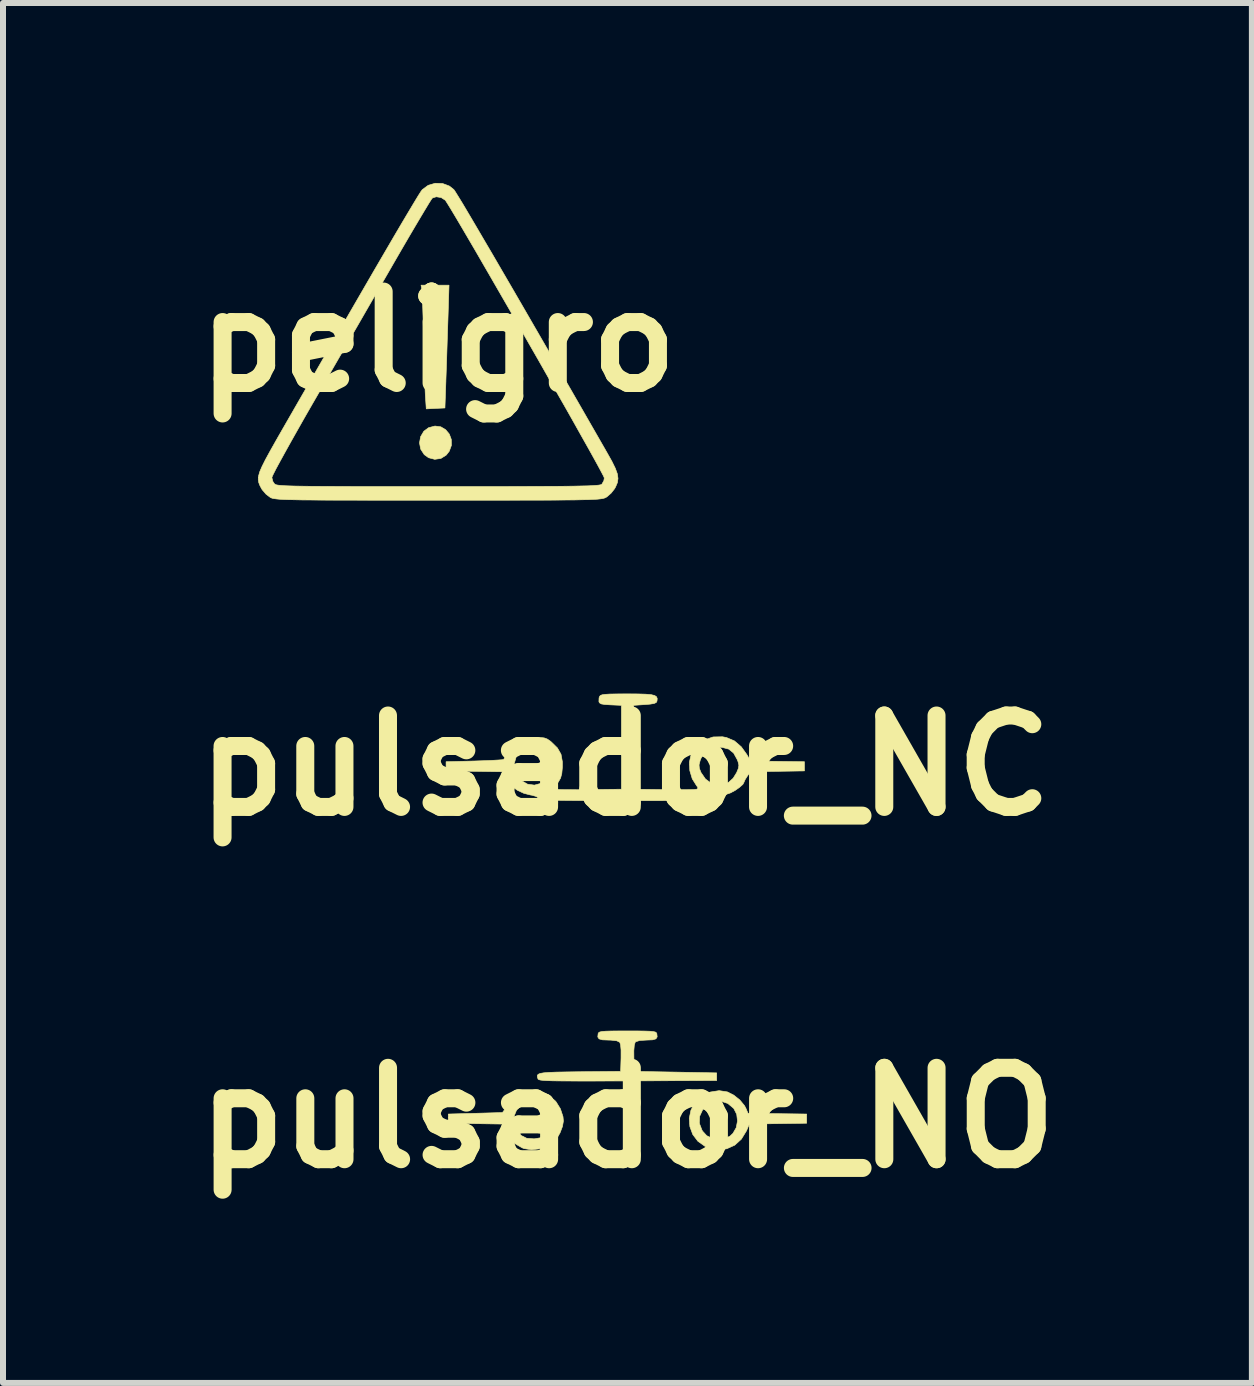
<source format=kicad_pcb>
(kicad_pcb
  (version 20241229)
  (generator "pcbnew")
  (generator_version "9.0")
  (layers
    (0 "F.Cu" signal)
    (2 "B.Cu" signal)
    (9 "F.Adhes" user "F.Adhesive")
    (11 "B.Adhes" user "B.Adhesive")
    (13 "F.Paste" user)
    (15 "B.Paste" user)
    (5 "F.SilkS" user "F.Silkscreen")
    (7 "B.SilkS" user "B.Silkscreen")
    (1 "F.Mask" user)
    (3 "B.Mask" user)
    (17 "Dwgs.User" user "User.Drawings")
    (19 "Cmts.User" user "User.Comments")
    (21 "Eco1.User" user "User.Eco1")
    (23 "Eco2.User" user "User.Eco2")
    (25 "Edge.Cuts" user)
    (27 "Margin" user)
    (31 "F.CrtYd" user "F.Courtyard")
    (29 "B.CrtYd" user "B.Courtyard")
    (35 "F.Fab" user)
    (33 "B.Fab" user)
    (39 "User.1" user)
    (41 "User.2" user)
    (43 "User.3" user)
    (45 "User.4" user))
  (footprint "peligro"
    (layer "F.Cu")
    (at 4.253 2.645)
    (property "Reference" "peligro" (at 0 0 0) (layer "F.SilkS") (effects (font (size 1.524 1.524) (thickness 0.3))))
    (attr through_hole)
    (fp_poly (pts (xy 0.045 1.42) (xy 0.126 1.468) (xy 0.187 1.541) (xy 0.22 1.63) (xy 0.222 1.729) (xy 0.186 1.827) (xy 0.136 1.891) (xy 0.047 1.947) (xy -0.056 1.962) (xy -0.159 1.935) (xy -0.231 1.883) (xy -0.29 1.792) (xy -0.31 1.688) (xy -0.291 1.584) (xy -0.238 1.494) (xy -0.159 1.435) (xy -0.052 1.407) (xy 0.045 1.42)) (stroke (width 0.01) (type solid)) (fill yes) (layer "F.SilkS"))
    (fp_poly (pts (xy 0.164 -0.362) (xy 0.157 -0.159) (xy 0.15 0.061) (xy 0.143 0.281) (xy 0.136 0.484) (xy 0.13 0.654) (xy 0.13 0.661) (xy 0.114 1.106) (xy -0.041 1.113) (xy -0.197 1.121) (xy -0.213 0.885) (xy -0.217 0.796) (xy -0.222 0.665) (xy -0.228 0.503) (xy -0.233 0.318) (xy -0.238 0.12) (xy -0.243 -0.076) (xy -0.247 -0.267) (xy -0.252 -0.443) (xy -0.257 -0.599) (xy -0.261 -0.726) (xy -0.266 -0.818) (xy -0.27 -0.868) (xy -0.271 -0.871) (xy -0.284 -0.941) (xy 0.182 -0.941) (xy 0.164 -0.362)) (stroke (width 0.01) (type solid)) (fill yes) (layer "F.SilkS"))
    (fp_poly (pts (xy 0.075 -2.636) (xy 0.189 -2.593) (xy 0.263 -2.534) (xy 0.286 -2.5) (xy 0.334 -2.423) (xy 0.406 -2.306) (xy 0.499 -2.149) (xy 0.613 -1.956) (xy 0.747 -1.727) (xy 0.901 -1.465) (xy 1.072 -1.171) (xy 1.26 -0.848) (xy 1.464 -0.496) (xy 1.683 -0.117) (xy 1.916 0.286) (xy 2.162 0.712) (xy 2.419 1.159) (xy 2.687 1.626) (xy 2.811 1.842) (xy 2.896 1.993) (xy 2.954 2.111) (xy 2.988 2.204) (xy 2.999 2.281) (xy 2.989 2.35) (xy 2.96 2.419) (xy 2.943 2.451) (xy 2.885 2.525) (xy 2.814 2.587) (xy 2.797 2.597) (xy 2.781 2.605) (xy 2.762 2.611) (xy 2.736 2.617) (xy 2.7 2.622) (xy 2.652 2.627) (xy 2.588 2.63) (xy 2.505 2.634) (xy 2.402 2.636) (xy 2.274 2.639) (xy 2.119 2.64) (xy 1.934 2.642) (xy 1.715 2.643) (xy 1.461 2.643) (xy 1.168 2.644) (xy 0.832 2.644) (xy 0.452 2.644) (xy 0.025 2.644) (xy 0 2.644) (xy -0.43 2.644) (xy -0.813 2.644) (xy -1.151 2.644) (xy -1.446 2.643) (xy -1.702 2.643) (xy -1.923 2.642) (xy -2.11 2.64) (xy -2.266 2.639) (xy -2.396 2.636) (xy -2.5 2.634) (xy -2.584 2.631) (xy -2.648 2.627) (xy -2.698 2.622) (xy -2.734 2.617) (xy -2.761 2.612) (xy -2.78 2.605) (xy -2.796 2.598) (xy -2.797 2.597) (xy -2.867 2.544) (xy -2.931 2.47) (xy -2.943 2.451) (xy -2.971 2.398) (xy -2.99 2.348) (xy -2.998 2.297) (xy -2.996 2.266) (xy -2.771 2.266) (xy -2.755 2.33) (xy -2.729 2.369) (xy -2.721 2.376) (xy -2.708 2.383) (xy -2.688 2.389) (xy -2.657 2.394) (xy -2.613 2.398) (xy -2.554 2.402) (xy -2.475 2.405) (xy -2.374 2.408) (xy -2.249 2.41) (xy -2.096 2.412) (xy -1.912 2.413) (xy -1.695 2.414) (xy -1.442 2.415) (xy -1.149 2.415) (xy -0.814 2.415) (xy -0.434 2.415) (xy -0.007 2.415) (xy 0.002 2.415) (xy 0.434 2.415) (xy 0.817 2.415) (xy 1.155 2.415) (xy 1.451 2.414) (xy 1.708 2.413) (xy 1.927 2.412) (xy 2.113 2.411) (xy 2.268 2.409) (xy 2.395 2.406) (xy 2.496 2.404) (xy 2.575 2.4) (xy 2.635 2.396) (xy 2.677 2.392) (xy 2.706 2.387) (xy 2.723 2.381) (xy 2.731 2.375) (xy 2.763 2.319) (xy 2.771 2.273) (xy 2.759 2.244) (xy 2.723 2.175) (xy 2.666 2.069) (xy 2.589 1.929) (xy 2.495 1.76) (xy 2.385 1.565) (xy 2.263 1.347) (xy 2.129 1.11) (xy 1.985 0.858) (xy 1.835 0.594) (xy 1.68 0.321) (xy 1.521 0.044) (xy 1.362 -0.234) (xy 1.204 -0.509) (xy 1.048 -0.779) (xy 0.898 -1.039) (xy 0.755 -1.286) (xy 0.622 -1.516) (xy 0.499 -1.726) (xy 0.39 -1.912) (xy 0.296 -2.071) (xy 0.22 -2.198) (xy 0.163 -2.291) (xy 0.128 -2.346) (xy 0.119 -2.358) (xy 0.051 -2.402) (xy -0.03 -2.415) (xy -0.094 -2.395) (xy -0.113 -2.37) (xy -0.154 -2.305) (xy -0.215 -2.204) (xy -0.294 -2.072) (xy -0.389 -1.912) (xy -0.496 -1.73) (xy -0.613 -1.529) (xy -0.738 -1.313) (xy -0.777 -1.245) (xy -0.933 -0.975) (xy -1.108 -0.673) (xy -1.294 -0.35) (xy -1.486 -0.017) (xy -1.677 0.313) (xy -1.86 0.63) (xy -2.028 0.922) (xy -2.101 1.048) (xy -2.229 1.271) (xy -2.349 1.483) (xy -2.459 1.678) (xy -2.556 1.853) (xy -2.638 2.002) (xy -2.703 2.122) (xy -2.747 2.209) (xy -2.769 2.258) (xy -2.771 2.266) (xy -2.996 2.266) (xy -2.993 2.24) (xy -2.973 2.169) (xy -2.935 2.081) (xy -2.879 1.969) (xy -2.802 1.828) (xy -2.703 1.652) (xy -2.622 1.51) (xy -2.301 0.952) (xy -2.004 0.437) (xy -1.733 -0.034) (xy -1.485 -0.463) (xy -1.261 -0.85) (xy -1.061 -1.195) (xy -0.883 -1.5) (xy -0.729 -1.764) (xy -0.597 -1.988) (xy -0.487 -2.173) (xy -0.399 -2.32) (xy -0.333 -2.429) (xy -0.288 -2.5) (xy -0.263 -2.534) (xy -0.263 -2.534) (xy -0.165 -2.606) (xy -0.048 -2.64) (xy 0.075 -2.636)) (stroke (width 0.01) (type solid)) (fill yes) (layer "F.SilkS")))
  (footprint "pulsador_NO"
    (layer "F.Cu")
    (at 7.41 15.585)
    (property "Reference" "pulsador_NO" (at 0 0 0) (layer "F.SilkS") (effects (font (size 1.524 1.524) (thickness 0.3))))
    (attr through_hole)
    (fp_poly (pts (xy 1.665 -0.433) (xy 1.772 -0.379) (xy 1.873 -0.298) (xy 1.95 -0.205) (xy 1.974 -0.16) (xy 2.009 -0.077) (xy 2.498 -0.07) (xy 2.987 -0.064) (xy 2.987 0.089) (xy 2.51 0.096) (xy 2.032 0.103) (xy 1.983 0.217) (xy 1.899 0.354) (xy 1.788 0.455) (xy 1.655 0.515) (xy 1.51 0.533) (xy 1.361 0.504) (xy 1.296 0.477) (xy 1.173 0.389) (xy 1.088 0.276) (xy 1.04 0.145) (xy 1.036 0.09) (xy 1.198 0.09) (xy 1.242 0.204) (xy 1.252 0.221) (xy 1.321 0.297) (xy 1.406 0.337) (xy 1.519 0.348) (xy 1.562 0.346) (xy 1.65 0.333) (xy 1.711 0.303) (xy 1.759 0.257) (xy 1.813 0.163) (xy 1.834 0.052) (xy 1.821 -0.06) (xy 1.774 -0.153) (xy 1.773 -0.156) (xy 1.673 -0.24) (xy 1.56 -0.278) (xy 1.443 -0.268) (xy 1.345 -0.222) (xy 1.252 -0.133) (xy 1.203 -0.026) (xy 1.198 0.09) (xy 1.036 0.09) (xy 1.03 0.007) (xy 1.058 -0.129) (xy 1.126 -0.254) (xy 1.234 -0.359) (xy 1.244 -0.366) (xy 1.382 -0.431) (xy 1.528 -0.454) (xy 1.665 -0.433)) (stroke (width 0.01) (type solid)) (fill yes) (layer "F.SilkS"))
    (fp_poly (pts (xy -1.46 -0.442) (xy -1.326 -0.386) (xy -1.206 -0.285) (xy -1.19 -0.267) (xy -1.118 -0.151) (xy -1.075 -0.021) (xy -1.068 0.053) (xy -1.084 0.144) (xy -1.124 0.249) (xy -1.179 0.345) (xy -1.224 0.398) (xy -1.334 0.471) (xy -1.465 0.516) (xy -1.6 0.531) (xy -1.723 0.512) (xy -1.754 0.5) (xy -1.875 0.43) (xy -1.961 0.344) (xy -2.023 0.24) (xy -2.09 0.103) (xy -2.987 0.089) (xy -2.987 -0.004) (xy -1.9 -0.004) (xy -1.896 0.107) (xy -1.849 0.206) (xy -1.771 0.294) (xy -1.68 0.34) (xy -1.562 0.349) (xy -1.542 0.348) (xy -1.447 0.331) (xy -1.375 0.29) (xy -1.34 0.258) (xy -1.292 0.204) (xy -1.268 0.15) (xy -1.261 0.075) (xy -1.26 0.04) (xy -1.267 -0.061) (xy -1.291 -0.128) (xy -1.31 -0.153) (xy -1.414 -0.236) (xy -1.529 -0.275) (xy -1.645 -0.271) (xy -1.752 -0.225) (xy -1.841 -0.137) (xy -1.854 -0.118) (xy -1.9 -0.004) (xy -2.987 -0.004) (xy -2.987 -0.064) (xy -2.536 -0.076) (xy -2.084 -0.089) (xy -1.989 -0.216) (xy -1.871 -0.339) (xy -1.739 -0.417) (xy -1.6 -0.452) (xy -1.46 -0.442)) (stroke (width 0.01) (type solid)) (fill yes) (layer "F.SilkS"))
    (fp_poly (pts (xy 0.168 -1.449) (xy 0.291 -1.447) (xy 0.378 -1.444) (xy 0.434 -1.438) (xy 0.467 -1.43) (xy 0.483 -1.417) (xy 0.489 -1.405) (xy 0.495 -1.35) (xy 0.474 -1.317) (xy 0.419 -1.301) (xy 0.321 -1.297) (xy 0.319 -1.297) (xy 0.205 -1.29) (xy 0.14 -1.27) (xy 0.129 -1.261) (xy 0.114 -1.213) (xy 0.106 -1.12) (xy 0.107 -1) (xy 0.114 -0.775) (xy 0.801 -0.763) (xy 1.487 -0.75) (xy 1.487 -0.623) (xy 0.006 -0.616) (xy -0.309 -0.615) (xy -0.577 -0.614) (xy -0.802 -0.614) (xy -0.987 -0.615) (xy -1.136 -0.616) (xy -1.253 -0.618) (xy -1.341 -0.621) (xy -1.406 -0.625) (xy -1.449 -0.63) (xy -1.475 -0.637) (xy -1.488 -0.644) (xy -1.491 -0.648) (xy -1.502 -0.681) (xy -1.503 -0.707) (xy -1.489 -0.726) (xy -1.455 -0.741) (xy -1.396 -0.751) (xy -1.307 -0.758) (xy -1.183 -0.763) (xy -1.018 -0.766) (xy -0.808 -0.769) (xy -0.796 -0.769) (xy -0.114 -0.775) (xy -0.107 -1) (xy -0.107 -1.13) (xy -0.115 -1.219) (xy -0.129 -1.261) (xy -0.179 -1.285) (xy -0.277 -1.296) (xy -0.319 -1.297) (xy -0.418 -1.301) (xy -0.474 -1.317) (xy -0.495 -1.349) (xy -0.489 -1.404) (xy -0.489 -1.405) (xy -0.481 -1.42) (xy -0.461 -1.432) (xy -0.424 -1.44) (xy -0.361 -1.445) (xy -0.266 -1.448) (xy -0.133 -1.449) (xy 0 -1.449) (xy 0.168 -1.449)) (stroke (width 0.01) (type solid)) (fill yes) (layer "F.SilkS")))
  (footprint "pulsador_NC"
    (layer "F.Cu")
    (at 7.373 9.712)
    (property "Reference" "pulsador_NC" (at 0 0 0) (layer "F.SilkS") (effects (font (size 1.524 1.524) (thickness 0.3))))
    (attr through_hole)
    (fp_poly (pts (xy 0.211 -1.194) (xy 0.341 -1.19) (xy 0.432 -1.182) (xy 0.49 -1.168) (xy 0.522 -1.146) (xy 0.533 -1.116) (xy 0.529 -1.076) (xy 0.529 -1.075) (xy 0.516 -1.051) (xy 0.481 -1.035) (xy 0.414 -1.024) (xy 0.33 -1.017) (xy 0.14 -1.004) (xy 0.14 0.394) (xy 0.648 0.401) (xy 0.805 0.402) (xy 0.946 0.402) (xy 1.063 0.401) (xy 1.147 0.399) (xy 1.189 0.395) (xy 1.191 0.394) (xy 1.214 0.378) (xy 1.199 0.348) (xy 1.189 0.336) (xy 1.117 0.221) (xy 1.076 0.084) (xy 1.071 -0.011) (xy 1.23 -0.011) (xy 1.235 0.046) (xy 1.262 0.115) (xy 1.337 0.224) (xy 1.434 0.295) (xy 1.545 0.325) (xy 1.66 0.309) (xy 1.724 0.279) (xy 1.799 0.211) (xy 1.858 0.116) (xy 1.858 0.115) (xy 1.887 0.044) (xy 1.894 -0.007) (xy 1.881 -0.062) (xy 1.866 -0.101) (xy 1.806 -0.209) (xy 1.726 -0.274) (xy 1.616 -0.303) (xy 1.562 -0.305) (xy 1.432 -0.286) (xy 1.333 -0.226) (xy 1.265 -0.126) (xy 1.248 -0.083) (xy 1.23 -0.011) (xy 1.071 -0.011) (xy 1.069 -0.057) (xy 1.098 -0.186) (xy 1.109 -0.211) (xy 1.201 -0.339) (xy 1.322 -0.429) (xy 1.465 -0.477) (xy 1.621 -0.48) (xy 1.688 -0.467) (xy 1.82 -0.411) (xy 1.934 -0.313) (xy 2.026 -0.185) (xy 2.089 -0.077) (xy 2.538 -0.07) (xy 2.987 -0.064) (xy 2.987 0.089) (xy 2.538 0.096) (xy 2.088 0.103) (xy 2.035 0.176) (xy 2 0.231) (xy 1.983 0.268) (xy 1.983 0.271) (xy 1.961 0.313) (xy 1.905 0.363) (xy 1.831 0.415) (xy 1.751 0.457) (xy 1.68 0.481) (xy 1.657 0.483) (xy 1.603 0.498) (xy 1.544 0.534) (xy 1.529 0.545) (xy 1.511 0.554) (xy 1.485 0.562) (xy 1.448 0.568) (xy 1.396 0.573) (xy 1.324 0.577) (xy 1.228 0.58) (xy 1.105 0.582) (xy 0.951 0.583) (xy 0.76 0.584) (xy 0.53 0.585) (xy 0.256 0.585) (xy 0.029 0.585) (xy -0.282 0.585) (xy -0.545 0.584) (xy -0.766 0.583) (xy -0.947 0.582) (xy -1.093 0.58) (xy -1.207 0.577) (xy -1.294 0.574) (xy -1.356 0.57) (xy -1.399 0.564) (xy -1.426 0.558) (xy -1.44 0.55) (xy -1.444 0.545) (xy -1.482 0.516) (xy -1.552 0.495) (xy -1.578 0.491) (xy -1.689 0.463) (xy -1.798 0.412) (xy -1.884 0.35) (xy -1.901 0.332) (xy -1.934 0.284) (xy -1.974 0.216) (xy -1.984 0.198) (xy -2.034 0.103) (xy -2.511 0.096) (xy -2.987 0.089) (xy -2.987 -0.027) (xy -1.852 -0.027) (xy -1.844 0.071) (xy -1.812 0.147) (xy -1.731 0.25) (xy -1.629 0.31) (xy -1.514 0.326) (xy -1.393 0.293) (xy -1.375 0.284) (xy -1.294 0.22) (xy -1.231 0.13) (xy -1.197 0.035) (xy -1.195 0.005) (xy -1.217 -0.092) (xy -1.283 -0.196) (xy -1.317 -0.235) (xy -1.364 -0.277) (xy -1.415 -0.298) (xy -1.491 -0.305) (xy -1.525 -0.305) (xy -1.65 -0.293) (xy -1.739 -0.252) (xy -1.801 -0.178) (xy -1.821 -0.137) (xy -1.852 -0.027) (xy -2.987 -0.027) (xy -2.987 -0.064) (xy -2.513 -0.076) (xy -2.363 -0.081) (xy -2.231 -0.086) (xy -2.126 -0.092) (xy -2.055 -0.097) (xy -2.028 -0.102) (xy -2.027 -0.102) (xy -2.011 -0.13) (xy -1.982 -0.189) (xy -1.962 -0.229) (xy -1.904 -0.32) (xy -1.829 -0.396) (xy -1.814 -0.407) (xy -1.756 -0.441) (xy -1.696 -0.46) (xy -1.618 -0.469) (xy -1.523 -0.47) (xy -1.42 -0.469) (xy -1.351 -0.461) (xy -1.3 -0.442) (xy -1.25 -0.408) (xy -1.232 -0.393) (xy -1.131 -0.294) (xy -1.071 -0.189) (xy -1.048 -0.062) (xy -1.048 0.028) (xy -1.058 0.133) (xy -1.078 0.208) (xy -1.115 0.273) (xy -1.127 0.289) (xy -1.169 0.351) (xy -1.176 0.384) (xy -1.164 0.395) (xy -1.129 0.398) (xy -1.052 0.401) (xy -0.94 0.402) (xy -0.801 0.403) (xy -0.644 0.402) (xy -0.597 0.401) (xy -0.064 0.394) (xy -0.064 -1.004) (xy -0.245 -1.012) (xy -0.343 -1.018) (xy -0.401 -1.028) (xy -0.43 -1.046) (xy -0.439 -1.065) (xy -0.437 -1.127) (xy -0.428 -1.153) (xy -0.413 -1.169) (xy -0.385 -1.18) (xy -0.336 -1.187) (xy -0.259 -1.192) (xy -0.146 -1.194) (xy 0.009 -1.195) (xy 0.036 -1.195) (xy 0.211 -1.194)) (stroke (width 0.01) (type solid)) (fill yes) (layer "F.SilkS")))
  (gr_rect
    (start -3 -3)
    (end 17.819 20.003)
    (stroke (width 0.1) (type default))
    (fill no)
    (layer "Edge.Cuts")))
</source>
